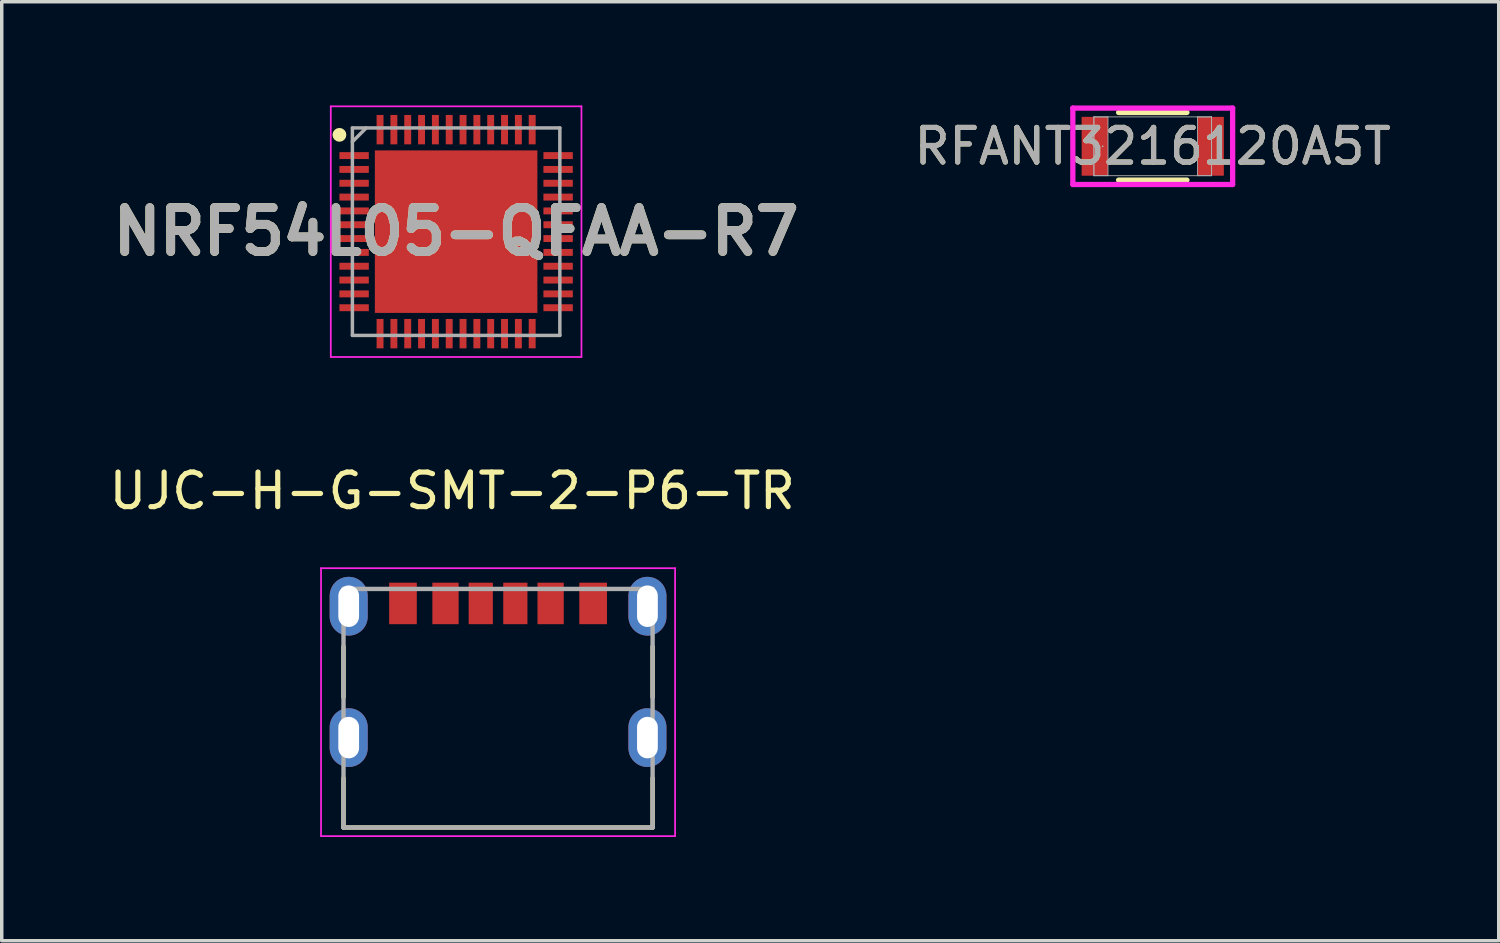
<source format=kicad_pcb>
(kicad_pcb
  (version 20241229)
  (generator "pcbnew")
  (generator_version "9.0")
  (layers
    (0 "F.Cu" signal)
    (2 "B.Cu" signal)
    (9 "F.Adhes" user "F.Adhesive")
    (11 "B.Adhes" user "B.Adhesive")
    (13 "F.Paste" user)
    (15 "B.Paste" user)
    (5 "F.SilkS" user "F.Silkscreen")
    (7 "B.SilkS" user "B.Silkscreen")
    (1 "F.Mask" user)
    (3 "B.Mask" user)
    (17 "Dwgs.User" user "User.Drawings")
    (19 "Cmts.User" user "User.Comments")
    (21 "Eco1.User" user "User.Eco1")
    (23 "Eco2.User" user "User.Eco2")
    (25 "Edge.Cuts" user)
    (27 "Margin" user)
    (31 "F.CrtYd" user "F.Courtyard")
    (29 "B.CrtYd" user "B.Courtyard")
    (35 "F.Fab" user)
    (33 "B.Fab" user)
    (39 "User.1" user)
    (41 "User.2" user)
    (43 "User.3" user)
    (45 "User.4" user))
  (footprint "UJC-H-G-SMT-2-P6-TR"
    (layer "F.Cu")
    (at 11.355 18.283)
    (property "Reference" "UJC-H-G-SMT-2-P6-TR" (at -1.325 -7.135 0) (layer "F.SilkS") (effects (font (size 1 1) (thickness 0.15))))
    (attr smd)
    (fp_line (start -4.47 -2.63) (end -4.47 -1.17) (stroke (width 0.127) (type solid)) (layer "F.SilkS"))
    (fp_line (start -4.47 1.17) (end -4.47 2.6) (stroke (width 0.127) (type solid)) (layer "F.SilkS"))
    (fp_line (start -4.47 2.6) (end 4.47 2.6) (stroke (width 0.127) (type solid)) (layer "F.SilkS"))
    (fp_line (start 4.47 -2.63) (end 4.47 -1.17) (stroke (width 0.127) (type solid)) (layer "F.SilkS"))
    (fp_line (start 4.47 2.6) (end 4.47 1.17) (stroke (width 0.127) (type solid)) (layer "F.SilkS"))
    (fp_line (start -5.12 -4.9) (end 5.12 -4.9) (stroke (width 0.05) (type solid)) (layer "F.CrtYd"))
    (fp_line (start -5.12 2.85) (end -5.12 -4.9) (stroke (width 0.05) (type solid)) (layer "F.CrtYd"))
    (fp_line (start 5.12 -4.9) (end 5.12 2.85) (stroke (width 0.05) (type solid)) (layer "F.CrtYd"))
    (fp_line (start 5.12 2.85) (end -5.12 2.85) (stroke (width 0.05) (type solid)) (layer "F.CrtYd"))
    (fp_line (start -4.47 -4.3) (end -4.47 2.6) (stroke (width 0.127) (type solid)) (layer "F.Fab"))
    (fp_line (start -4.47 2.6) (end 4.47 2.6) (stroke (width 0.127) (type solid)) (layer "F.Fab"))
    (fp_line (start 4.47 -4.3) (end -4.47 -4.3) (stroke (width 0.127) (type solid)) (layer "F.Fab"))
    (fp_line (start 4.47 2.6) (end 4.47 -4.3) (stroke (width 0.127) (type solid)) (layer "F.Fab"))
    (pad "A5" smd rect (at -0.5 -3.88) (size 0.7 1.2) (layers "F.Cu" "F.Mask" "F.Paste"))
    (pad "A9" smd rect (at 1.52 -3.88) (size 0.76 1.2) (layers "F.Cu" "F.Mask" "F.Paste"))
    (pad "A12" smd rect (at 2.75 -3.88) (size 0.8 1.2) (layers "F.Cu" "F.Mask" "F.Paste"))
    (pad "B5" smd rect (at 0.5 -3.88) (size 0.7 1.2) (layers "F.Cu" "F.Mask" "F.Paste"))
    (pad "B9" smd rect (at -1.52 -3.88) (size 0.76 1.2) (layers "F.Cu" "F.Mask" "F.Paste"))
    (pad "B12" smd rect (at -2.75 -3.88) (size 0.8 1.2) (layers "F.Cu" "F.Mask" "F.Paste"))
    (pad "SH1" thru_hole oval (at -4.32 -3.8) (size 1.1 1.7) (drill oval 0.6 1.2) (layers "*.Cu" "*.Mask"))
    (pad "SH2" thru_hole oval (at -4.32 0) (size 1.1 1.7) (drill oval 0.6 1.2) (layers "*.Cu" "*.Mask"))
    (pad "SH3" thru_hole oval (at 4.32 -3.8) (size 1.1 1.7) (drill oval 0.6 1.2) (layers "*.Cu" "*.Mask"))
    (pad "SH4" thru_hole oval (at 4.32 0) (size 1.1 1.7) (drill oval 0.6 1.2) (layers "*.Cu" "*.Mask")))
  (footprint "NRF54L05-QFAA-R7"
    (layer "F.Cu")
    (at 10.142 3.65)
    (property "Reference" "NRF54L05-QFAA-R7" (at 0 0 0) (layer "F.SilkS") (effects (font (size 1.27 1.27) (thickness 0.254))))
    (attr smd)
    (fp_circle (center -3.375 -2.8) (end -3.375 -2.7) (stroke (width 0.2) (type solid)) (fill no) (layer "F.SilkS"))
    (fp_line (start -3.625 -3.625) (end 3.625 -3.625) (stroke (width 0.05) (type solid)) (layer "F.CrtYd"))
    (fp_line (start -3.625 3.625) (end -3.625 -3.625) (stroke (width 0.05) (type solid)) (layer "F.CrtYd"))
    (fp_line (start 3.625 -3.625) (end 3.625 3.625) (stroke (width 0.05) (type solid)) (layer "F.CrtYd"))
    (fp_line (start 3.625 3.625) (end -3.625 3.625) (stroke (width 0.05) (type solid)) (layer "F.CrtYd"))
    (fp_line (start -3 -3) (end 3 -3) (stroke (width 0.1) (type solid)) (layer "F.Fab"))
    (fp_line (start -3 -2.6) (end -2.6 -3) (stroke (width 0.1) (type solid)) (layer "F.Fab"))
    (fp_line (start -3 3) (end -3 -3) (stroke (width 0.1) (type solid)) (layer "F.Fab"))
    (fp_line (start 3 -3) (end 3 3) (stroke (width 0.1) (type solid)) (layer "F.Fab"))
    (fp_line (start 3 3) (end -3 3) (stroke (width 0.1) (type solid)) (layer "F.Fab"))
    (fp_text user "${REFERENCE}" (at 0 0 0) (layer "F.Fab") (effects (font (size 1.27 1.27) (thickness 0.254))))
    (pad "1" smd rect (at -2.95 -2.2 90) (size 0.2 0.85) (layers "F.Cu" "F.Mask" "F.Paste"))
    (pad "2" smd rect (at -2.95 -1.8 90) (size 0.2 0.85) (layers "F.Cu" "F.Mask" "F.Paste"))
    (pad "3" smd rect (at -2.95 -1.4 90) (size 0.2 0.85) (layers "F.Cu" "F.Mask" "F.Paste"))
    (pad "4" smd rect (at -2.95 -1 90) (size 0.2 0.85) (layers "F.Cu" "F.Mask" "F.Paste"))
    (pad "5" smd rect (at -2.95 -0.6 90) (size 0.2 0.85) (layers "F.Cu" "F.Mask" "F.Paste"))
    (pad "6" smd rect (at -2.95 -0.2 90) (size 0.2 0.85) (layers "F.Cu" "F.Mask" "F.Paste"))
    (pad "7" smd rect (at -2.95 0.2 90) (size 0.2 0.85) (layers "F.Cu" "F.Mask" "F.Paste"))
    (pad "8" smd rect (at -2.95 0.6 90) (size 0.2 0.85) (layers "F.Cu" "F.Mask" "F.Paste"))
    (pad "9" smd rect (at -2.95 1 90) (size 0.2 0.85) (layers "F.Cu" "F.Mask" "F.Paste"))
    (pad "10" smd rect (at -2.95 1.4 90) (size 0.2 0.85) (layers "F.Cu" "F.Mask" "F.Paste"))
    (pad "11" smd rect (at -2.95 1.8 90) (size 0.2 0.85) (layers "F.Cu" "F.Mask" "F.Paste"))
    (pad "12" smd rect (at -2.95 2.2 90) (size 0.2 0.85) (layers "F.Cu" "F.Mask" "F.Paste"))
    (pad "13" smd rect (at -2.2 2.95) (size 0.2 0.85) (layers "F.Cu" "F.Mask" "F.Paste"))
    (pad "14" smd rect (at -1.8 2.95) (size 0.2 0.85) (layers "F.Cu" "F.Mask" "F.Paste"))
    (pad "15" smd rect (at -1.4 2.95) (size 0.2 0.85) (layers "F.Cu" "F.Mask" "F.Paste"))
    (pad "16" smd rect (at -1 2.95) (size 0.2 0.85) (layers "F.Cu" "F.Mask" "F.Paste"))
    (pad "17" smd rect (at -0.6 2.95) (size 0.2 0.85) (layers "F.Cu" "F.Mask" "F.Paste"))
    (pad "18" smd rect (at -0.2 2.95) (size 0.2 0.85) (layers "F.Cu" "F.Mask" "F.Paste"))
    (pad "19" smd rect (at 0.2 2.95) (size 0.2 0.85) (layers "F.Cu" "F.Mask" "F.Paste"))
    (pad "20" smd rect (at 0.6 2.95) (size 0.2 0.85) (layers "F.Cu" "F.Mask" "F.Paste"))
    (pad "21" smd rect (at 1 2.95) (size 0.2 0.85) (layers "F.Cu" "F.Mask" "F.Paste"))
    (pad "22" smd rect (at 1.4 2.95) (size 0.2 0.85) (layers "F.Cu" "F.Mask" "F.Paste"))
    (pad "23" smd rect (at 1.8 2.95) (size 0.2 0.85) (layers "F.Cu" "F.Mask" "F.Paste"))
    (pad "24" smd rect (at 2.2 2.95) (size 0.2 0.85) (layers "F.Cu" "F.Mask" "F.Paste"))
    (pad "25" smd rect (at 2.95 2.2 90) (size 0.2 0.85) (layers "F.Cu" "F.Mask" "F.Paste"))
    (pad "26" smd rect (at 2.95 1.8 90) (size 0.2 0.85) (layers "F.Cu" "F.Mask" "F.Paste"))
    (pad "27" smd rect (at 2.95 1.4 90) (size 0.2 0.85) (layers "F.Cu" "F.Mask" "F.Paste"))
    (pad "28" smd rect (at 2.95 1 90) (size 0.2 0.85) (layers "F.Cu" "F.Mask" "F.Paste"))
    (pad "29" smd rect (at 2.95 0.6 90) (size 0.2 0.85) (layers "F.Cu" "F.Mask" "F.Paste"))
    (pad "30" smd rect (at 2.95 0.2 90) (size 0.2 0.85) (layers "F.Cu" "F.Mask" "F.Paste"))
    (pad "31" smd rect (at 2.95 -0.2 90) (size 0.2 0.85) (layers "F.Cu" "F.Mask" "F.Paste"))
    (pad "32" smd rect (at 2.95 -0.6 90) (size 0.2 0.85) (layers "F.Cu" "F.Mask" "F.Paste"))
    (pad "33" smd rect (at 2.95 -1 90) (size 0.2 0.85) (layers "F.Cu" "F.Mask" "F.Paste"))
    (pad "34" smd rect (at 2.95 -1.4 90) (size 0.2 0.85) (layers "F.Cu" "F.Mask" "F.Paste"))
    (pad "35" smd rect (at 2.95 -1.8 90) (size 0.2 0.85) (layers "F.Cu" "F.Mask" "F.Paste"))
    (pad "36" smd rect (at 2.95 -2.2 90) (size 0.2 0.85) (layers "F.Cu" "F.Mask" "F.Paste"))
    (pad "37" smd rect (at 2.2 -2.95) (size 0.2 0.85) (layers "F.Cu" "F.Mask" "F.Paste"))
    (pad "38" smd rect (at 1.8 -2.95) (size 0.2 0.85) (layers "F.Cu" "F.Mask" "F.Paste"))
    (pad "39" smd rect (at 1.4 -2.95) (size 0.2 0.85) (layers "F.Cu" "F.Mask" "F.Paste"))
    (pad "40" smd rect (at 1 -2.95) (size 0.2 0.85) (layers "F.Cu" "F.Mask" "F.Paste"))
    (pad "41" smd rect (at 0.6 -2.95) (size 0.2 0.85) (layers "F.Cu" "F.Mask" "F.Paste"))
    (pad "42" smd rect (at 0.2 -2.95) (size 0.2 0.85) (layers "F.Cu" "F.Mask" "F.Paste"))
    (pad "43" smd rect (at -0.2 -2.95) (size 0.2 0.85) (layers "F.Cu" "F.Mask" "F.Paste"))
    (pad "44" smd rect (at -0.6 -2.95) (size 0.2 0.85) (layers "F.Cu" "F.Mask" "F.Paste"))
    (pad "45" smd rect (at -1 -2.95) (size 0.2 0.85) (layers "F.Cu" "F.Mask" "F.Paste"))
    (pad "46" smd rect (at -1.4 -2.95) (size 0.2 0.85) (layers "F.Cu" "F.Mask" "F.Paste"))
    (pad "47" smd rect (at -1.8 -2.95) (size 0.2 0.85) (layers "F.Cu" "F.Mask" "F.Paste"))
    (pad "48" smd rect (at -2.2 -2.95) (size 0.2 0.85) (layers "F.Cu" "F.Mask" "F.Paste"))
    (pad "49" smd rect (at 0 0) (size 4.7 4.7) (layers "F.Cu" "F.Mask" "F.Paste")))
  (footprint "RFANT3216120A5T"
    (layer "F.Cu")
    (at 30.29 1.181)
    (property "Reference" "RFANT3216120A5T" (at 0 0 0) (unlocked yes) (layer "F.SilkS") (effects (font (size 1 1) (thickness 0.15))))
    (attr smd)
    (fp_line (start -0.988 0.978) (end 0.988 0.978) (stroke (width 0.152) (type solid)) (layer "F.SilkS"))
    (fp_line (start 0.988 -0.978) (end -0.988 -0.978) (stroke (width 0.152) (type solid)) (layer "F.SilkS"))
    (fp_line (start -2.311 -1.105) (end 2.311 -1.105) (stroke (width 0.152) (type solid)) (layer "F.CrtYd"))
    (fp_line (start -2.311 1.105) (end -2.311 -1.105) (stroke (width 0.152) (type solid)) (layer "F.CrtYd"))
    (fp_line (start 2.311 -1.105) (end 2.311 1.105) (stroke (width 0.152) (type solid)) (layer "F.CrtYd"))
    (fp_line (start 2.311 1.105) (end -2.311 1.105) (stroke (width 0.152) (type solid)) (layer "F.CrtYd"))
    (fp_line (start -1.702 -0.851) (end -1.702 0.851) (stroke (width 0.025) (type solid)) (layer "F.Fab"))
    (fp_line (start -1.702 -0.851) (end -1.702 0.851) (stroke (width 0.025) (type solid)) (layer "F.Fab"))
    (fp_line (start -1.702 0.851) (end -1.295 0.851) (stroke (width 0.025) (type solid)) (layer "F.Fab"))
    (fp_line (start -1.702 0.851) (end 1.702 0.851) (stroke (width 0.025) (type solid)) (layer "F.Fab"))
    (fp_line (start -1.295 -0.851) (end -1.702 -0.851) (stroke (width 0.025) (type solid)) (layer "F.Fab"))
    (fp_line (start -1.295 0.851) (end -1.295 -0.851) (stroke (width 0.025) (type solid)) (layer "F.Fab"))
    (fp_line (start 1.295 -0.851) (end 1.295 0.851) (stroke (width 0.025) (type solid)) (layer "F.Fab"))
    (fp_line (start 1.295 0.851) (end 1.702 0.851) (stroke (width 0.025) (type solid)) (layer "F.Fab"))
    (fp_line (start 1.702 -0.851) (end -1.702 -0.851) (stroke (width 0.025) (type solid)) (layer "F.Fab"))
    (fp_line (start 1.702 -0.851) (end 1.295 -0.851) (stroke (width 0.025) (type solid)) (layer "F.Fab"))
    (fp_line (start 1.702 0.851) (end 1.702 -0.851) (stroke (width 0.025) (type solid)) (layer "F.Fab"))
    (fp_line (start 1.702 0.851) (end 1.702 -0.851) (stroke (width 0.025) (type solid)) (layer "F.Fab"))
    (fp_circle (center -1.448 0) (end -1.448 0) (stroke (width 0.025) (type solid)) (fill no) (layer "F.Fab"))
    (fp_text user "${REFERENCE}" (at 0 0 0) (unlocked yes) (layer "F.Fab") (effects (font (size 1 1) (thickness 0.15))))
    (pad "1" smd rect (at -1.676 0) (size 0.762 1.702) (layers "F.Cu" "F.Mask" "F.Paste"))
    (pad "2" smd rect (at 1.676 0) (size 0.762 1.702) (layers "F.Cu" "F.Mask" "F.Paste"))
    (zone (net_name "") (layer "F.Cu") (hatch full 0.508) (connect_pads) (min_thickness 0.254) (filled_areas_thickness no) (keepout (tracks not_allowed) (vias not_allowed) (pads allowed) (copperpour not_allowed) (footprints allowed)) (placement (enabled no)) (fill) (polygon (pts (xy 29.045 0.381) (xy 31.534 0.381) (xy 31.534 1.981) (xy 29.045 1.981)))))
  (gr_rect
    (start -3 -3)
    (end 40.296 24.158)
    (stroke (width 0.1) (type default))
    (fill no)
    (layer "Edge.Cuts")))
</source>
